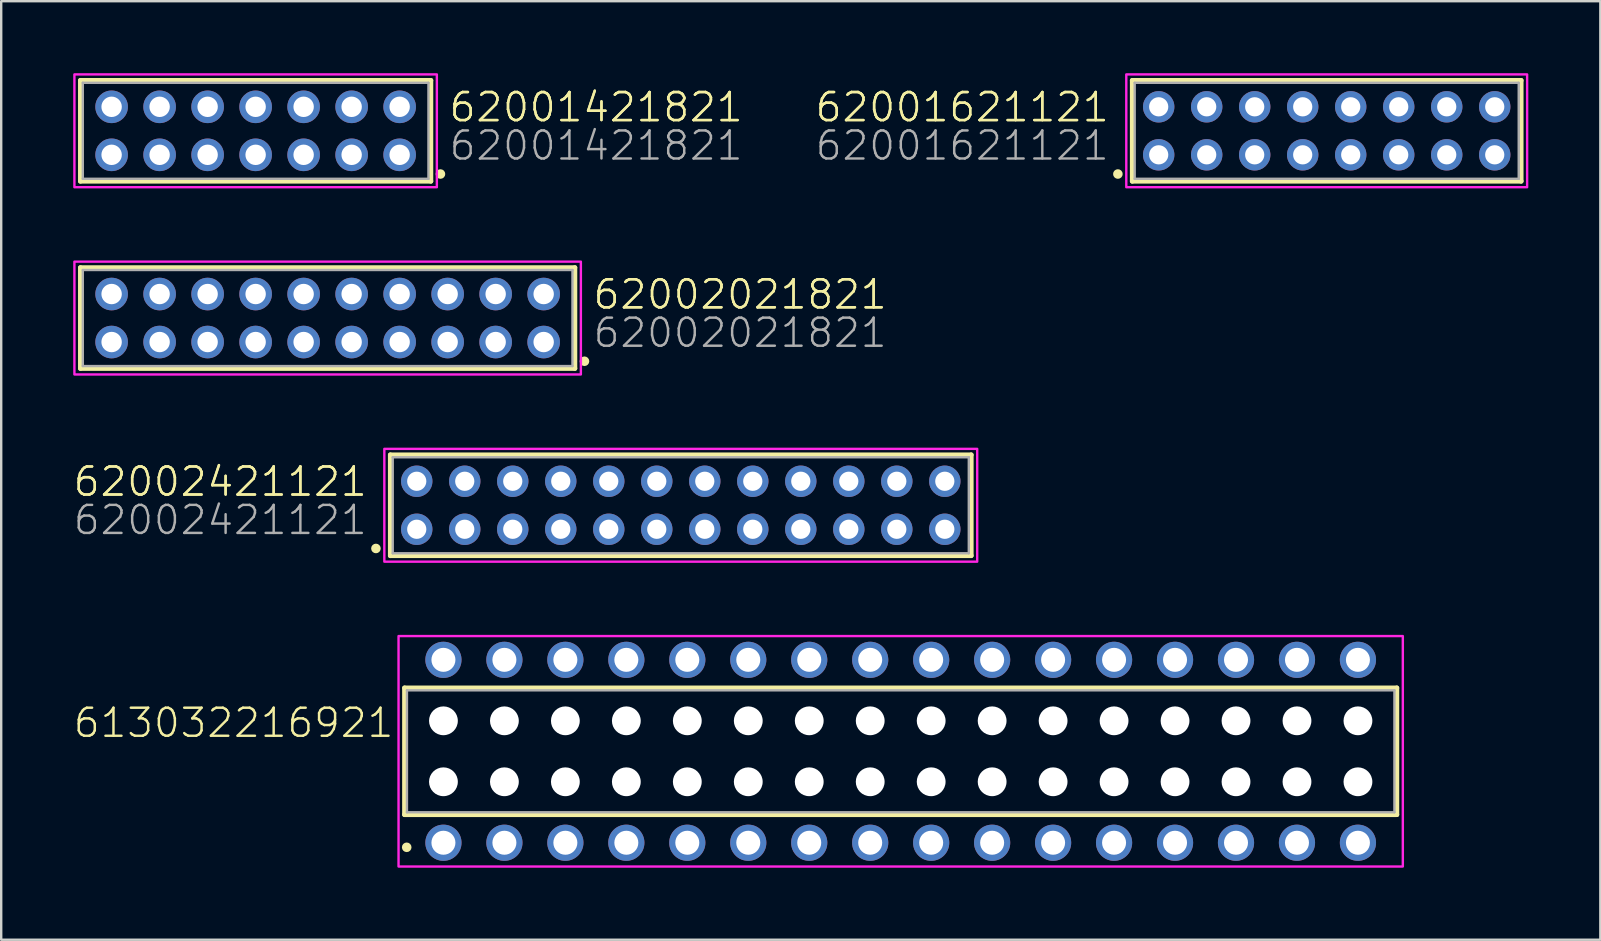
<source format=kicad_pcb>
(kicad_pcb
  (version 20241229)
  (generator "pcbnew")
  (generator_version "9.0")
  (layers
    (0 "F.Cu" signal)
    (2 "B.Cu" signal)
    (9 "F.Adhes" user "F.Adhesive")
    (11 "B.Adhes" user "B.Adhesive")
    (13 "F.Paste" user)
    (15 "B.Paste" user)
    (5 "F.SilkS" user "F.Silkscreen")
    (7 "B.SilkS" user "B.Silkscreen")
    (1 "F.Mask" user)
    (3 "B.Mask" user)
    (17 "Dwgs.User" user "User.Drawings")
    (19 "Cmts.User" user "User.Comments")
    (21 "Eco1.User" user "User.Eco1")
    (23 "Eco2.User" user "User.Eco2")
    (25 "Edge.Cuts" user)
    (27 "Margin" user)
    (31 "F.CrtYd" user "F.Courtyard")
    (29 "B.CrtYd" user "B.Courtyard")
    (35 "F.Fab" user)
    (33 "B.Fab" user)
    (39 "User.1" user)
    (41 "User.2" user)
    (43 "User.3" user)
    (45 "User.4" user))
  (footprint "62002421121"
    (layer "F.Cu")
    (at 25.312 18)
    (property "Reference" "62002421121" (at -13 -0.3 0) (unlocked yes) (layer "F.SilkS") (effects (font (size 1.168 1.168) (thickness 0.102)) (justify right bottom)))
    (property "Value" "62002421121" (at -13 1.3 0) (unlocked yes) (layer "F.Fab") (hide yes) (effects (font (size 1.168 1.168) (thickness 0.102)) (justify right bottom)))
    (fp_line (start -12.1 -2.1) (end 12.1 -2.1) (stroke (width 0.2) (type solid)) (layer "F.SilkS"))
    (fp_line (start -12.1 2.1) (end -12.1 -2.1) (stroke (width 0.2) (type solid)) (layer "F.SilkS"))
    (fp_line (start 12.1 -2.1) (end 12.1 2.1) (stroke (width 0.2) (type solid)) (layer "F.SilkS"))
    (fp_line (start 12.1 2.1) (end -12.1 2.1) (stroke (width 0.2) (type solid)) (layer "F.SilkS"))
    (fp_circle (center -12.7 1.8) (end -12.6 1.8) (stroke (width 0.2) (type solid)) (fill no) (layer "F.SilkS"))
    (fp_poly (pts (xy 12.35 2.35) (xy -12.35 2.35) (xy -12.35 -2.35) (xy 12.35 -2.35)) (stroke (width 0.1) (type default)) (fill no) (layer "F.CrtYd"))
    (fp_line (start -12 -2) (end -12 2) (stroke (width 0.1) (type solid)) (layer "F.Fab"))
    (fp_line (start -12 2) (end 12 2) (stroke (width 0.1) (type solid)) (layer "F.Fab"))
    (fp_line (start 12 -2) (end -12 -2) (stroke (width 0.1) (type solid)) (layer "F.Fab"))
    (fp_line (start 12 2) (end 12 -2) (stroke (width 0.1) (type solid)) (layer "F.Fab"))
    (fp_text user "${REFERENCE}" (at -13 -0.3 0) (unlocked yes) (layer "F.SilkS") (effects (font (size 1.168 1.168) (thickness 0.102)) (justify right bottom)))
    (fp_text user "${VALUE}" (at -13 1.3 0) (unlocked yes) (layer "F.Fab") (effects (font (size 1.168 1.168) (thickness 0.102)) (justify right bottom)))
    (pad "1" thru_hole circle (at -11 1) (size 1.308 1.308) (drill 0.8) (layers "*.Cu" "*.Mask"))
    (pad "2" thru_hole circle (at -11 -1) (size 1.308 1.308) (drill 0.8) (layers "*.Cu" "*.Mask"))
    (pad "3" thru_hole circle (at -9 1) (size 1.308 1.308) (drill 0.8) (layers "*.Cu" "*.Mask"))
    (pad "4" thru_hole circle (at -9 -1) (size 1.308 1.308) (drill 0.8) (layers "*.Cu" "*.Mask"))
    (pad "5" thru_hole circle (at -7 1) (size 1.308 1.308) (drill 0.8) (layers "*.Cu" "*.Mask"))
    (pad "6" thru_hole circle (at -7 -1) (size 1.308 1.308) (drill 0.8) (layers "*.Cu" "*.Mask"))
    (pad "7" thru_hole circle (at -5 1) (size 1.308 1.308) (drill 0.8) (layers "*.Cu" "*.Mask"))
    (pad "8" thru_hole circle (at -5 -1) (size 1.308 1.308) (drill 0.8) (layers "*.Cu" "*.Mask"))
    (pad "9" thru_hole circle (at -3 1) (size 1.308 1.308) (drill 0.8) (layers "*.Cu" "*.Mask"))
    (pad "10" thru_hole circle (at -3 -1) (size 1.308 1.308) (drill 0.8) (layers "*.Cu" "*.Mask"))
    (pad "11" thru_hole circle (at -1 1) (size 1.308 1.308) (drill 0.8) (layers "*.Cu" "*.Mask"))
    (pad "12" thru_hole circle (at -1 -1) (size 1.308 1.308) (drill 0.8) (layers "*.Cu" "*.Mask"))
    (pad "13" thru_hole circle (at 1 1) (size 1.308 1.308) (drill 0.8) (layers "*.Cu" "*.Mask"))
    (pad "14" thru_hole circle (at 1 -1) (size 1.308 1.308) (drill 0.8) (layers "*.Cu" "*.Mask"))
    (pad "15" thru_hole circle (at 3 1) (size 1.308 1.308) (drill 0.8) (layers "*.Cu" "*.Mask"))
    (pad "16" thru_hole circle (at 3 -1) (size 1.308 1.308) (drill 0.8) (layers "*.Cu" "*.Mask"))
    (pad "17" thru_hole circle (at 5 1) (size 1.308 1.308) (drill 0.8) (layers "*.Cu" "*.Mask"))
    (pad "18" thru_hole circle (at 5 -1) (size 1.308 1.308) (drill 0.8) (layers "*.Cu" "*.Mask"))
    (pad "19" thru_hole circle (at 7 1) (size 1.308 1.308) (drill 0.8) (layers "*.Cu" "*.Mask"))
    (pad "20" thru_hole circle (at 7 -1) (size 1.308 1.308) (drill 0.8) (layers "*.Cu" "*.Mask"))
    (pad "21" thru_hole circle (at 9 1) (size 1.308 1.308) (drill 0.8) (layers "*.Cu" "*.Mask"))
    (pad "22" thru_hole circle (at 9 -1) (size 1.308 1.308) (drill 0.8) (layers "*.Cu" "*.Mask"))
    (pad "23" thru_hole circle (at 11 1) (size 1.308 1.308) (drill 0.8) (layers "*.Cu" "*.Mask"))
    (pad "24" thru_hole circle (at 11 -1) (size 1.308 1.308) (drill 0.8) (layers "*.Cu" "*.Mask")))
  (footprint "613032216921"
    (layer "F.Cu")
    (at 34.474 28.25)
    (property "Reference" "613032216921" (at -21.05 -0.5 0) (unlocked yes) (layer "F.SilkS") (effects (font (size 1.168 1.168) (thickness 0.102)) (justify right bottom)))
    (fp_line (start -20.67 -2.64) (end 20.67 -2.64) (stroke (width 0.2) (type solid)) (layer "F.SilkS"))
    (fp_line (start -20.67 2.64) (end -20.67 -2.64) (stroke (width 0.2) (type solid)) (layer "F.SilkS"))
    (fp_line (start 20.67 -2.64) (end 20.67 2.64) (stroke (width 0.2) (type solid)) (layer "F.SilkS"))
    (fp_line (start 20.67 2.64) (end -20.67 2.64) (stroke (width 0.2) (type solid)) (layer "F.SilkS"))
    (fp_circle (center -20.58 4) (end -20.48 4) (stroke (width 0.2) (type solid)) (fill no) (layer "F.SilkS"))
    (fp_poly (pts (xy 20.92 4.8) (xy -20.92 4.8) (xy -20.92 -4.8) (xy 20.92 -4.8)) (stroke (width 0.1) (type default)) (fill no) (layer "F.CrtYd"))
    (fp_line (start -20.57 -2.54) (end -20.57 2.54) (stroke (width 0.1) (type solid)) (layer "F.Fab"))
    (fp_line (start -20.57 2.54) (end 20.57 2.54) (stroke (width 0.1) (type solid)) (layer "F.Fab"))
    (fp_line (start 20.57 -2.54) (end -20.57 -2.54) (stroke (width 0.1) (type solid)) (layer "F.Fab"))
    (fp_line (start 20.57 2.54) (end 20.57 -2.54) (stroke (width 0.1) (type solid)) (layer "F.Fab"))
    (pad "" np_thru_hole circle (at -19.05 -1.27) (size 1.2 1.2) (drill 1.2) (layers "*.Cu" "*.Mask"))
    (pad "" np_thru_hole circle (at -19.05 1.27) (size 1.2 1.2) (drill 1.2) (layers "*.Cu" "*.Mask"))
    (pad "" np_thru_hole circle (at -16.51 -1.27) (size 1.2 1.2) (drill 1.2) (layers "*.Cu" "*.Mask"))
    (pad "" np_thru_hole circle (at -16.51 1.27) (size 1.2 1.2) (drill 1.2) (layers "*.Cu" "*.Mask"))
    (pad "" np_thru_hole circle (at -13.97 -1.27) (size 1.2 1.2) (drill 1.2) (layers "*.Cu" "*.Mask"))
    (pad "" np_thru_hole circle (at -13.97 1.27) (size 1.2 1.2) (drill 1.2) (layers "*.Cu" "*.Mask"))
    (pad "" np_thru_hole circle (at -11.43 -1.27) (size 1.2 1.2) (drill 1.2) (layers "*.Cu" "*.Mask"))
    (pad "" np_thru_hole circle (at -11.43 1.27) (size 1.2 1.2) (drill 1.2) (layers "*.Cu" "*.Mask"))
    (pad "" np_thru_hole circle (at -8.89 -1.27) (size 1.2 1.2) (drill 1.2) (layers "*.Cu" "*.Mask"))
    (pad "" np_thru_hole circle (at -8.89 1.27) (size 1.2 1.2) (drill 1.2) (layers "*.Cu" "*.Mask"))
    (pad "" np_thru_hole circle (at -6.35 -1.27) (size 1.2 1.2) (drill 1.2) (layers "*.Cu" "*.Mask"))
    (pad "" np_thru_hole circle (at -6.35 1.27) (size 1.2 1.2) (drill 1.2) (layers "*.Cu" "*.Mask"))
    (pad "" np_thru_hole circle (at -3.81 -1.27) (size 1.2 1.2) (drill 1.2) (layers "*.Cu" "*.Mask"))
    (pad "" np_thru_hole circle (at -3.81 1.27) (size 1.2 1.2) (drill 1.2) (layers "*.Cu" "*.Mask"))
    (pad "" np_thru_hole circle (at -1.27 -1.27) (size 1.2 1.2) (drill 1.2) (layers "*.Cu" "*.Mask"))
    (pad "" np_thru_hole circle (at -1.27 1.27) (size 1.2 1.2) (drill 1.2) (layers "*.Cu" "*.Mask"))
    (pad "" np_thru_hole circle (at 1.27 -1.27) (size 1.2 1.2) (drill 1.2) (layers "*.Cu" "*.Mask"))
    (pad "" np_thru_hole circle (at 1.27 1.27) (size 1.2 1.2) (drill 1.2) (layers "*.Cu" "*.Mask"))
    (pad "" np_thru_hole circle (at 3.81 -1.27) (size 1.2 1.2) (drill 1.2) (layers "*.Cu" "*.Mask"))
    (pad "" np_thru_hole circle (at 3.81 1.27) (size 1.2 1.2) (drill 1.2) (layers "*.Cu" "*.Mask"))
    (pad "" np_thru_hole circle (at 6.35 -1.27) (size 1.2 1.2) (drill 1.2) (layers "*.Cu" "*.Mask"))
    (pad "" np_thru_hole circle (at 6.35 1.27) (size 1.2 1.2) (drill 1.2) (layers "*.Cu" "*.Mask"))
    (pad "" np_thru_hole circle (at 8.89 -1.27) (size 1.2 1.2) (drill 1.2) (layers "*.Cu" "*.Mask"))
    (pad "" np_thru_hole circle (at 8.89 1.27) (size 1.2 1.2) (drill 1.2) (layers "*.Cu" "*.Mask"))
    (pad "" np_thru_hole circle (at 11.43 -1.27) (size 1.2 1.2) (drill 1.2) (layers "*.Cu" "*.Mask"))
    (pad "" np_thru_hole circle (at 11.43 1.27) (size 1.2 1.2) (drill 1.2) (layers "*.Cu" "*.Mask"))
    (pad "" np_thru_hole circle (at 13.97 -1.27) (size 1.2 1.2) (drill 1.2) (layers "*.Cu" "*.Mask"))
    (pad "" np_thru_hole circle (at 13.97 1.27) (size 1.2 1.2) (drill 1.2) (layers "*.Cu" "*.Mask"))
    (pad "" np_thru_hole circle (at 16.51 -1.27) (size 1.2 1.2) (drill 1.2) (layers "*.Cu" "*.Mask"))
    (pad "" np_thru_hole circle (at 16.51 1.27) (size 1.2 1.2) (drill 1.2) (layers "*.Cu" "*.Mask"))
    (pad "" np_thru_hole circle (at 19.05 -1.27) (size 1.2 1.2) (drill 1.2) (layers "*.Cu" "*.Mask"))
    (pad "" np_thru_hole circle (at 19.05 1.27) (size 1.2 1.2) (drill 1.2) (layers "*.Cu" "*.Mask"))
    (pad "1" thru_hole circle (at -19.05 3.81) (size 1.508 1.508) (drill 1) (layers "*.Cu" "*.Mask"))
    (pad "2" thru_hole circle (at -19.05 -3.81) (size 1.508 1.508) (drill 1) (layers "*.Cu" "*.Mask"))
    (pad "3" thru_hole circle (at -16.51 3.81) (size 1.508 1.508) (drill 1) (layers "*.Cu" "*.Mask"))
    (pad "4" thru_hole circle (at -16.51 -3.81) (size 1.508 1.508) (drill 1) (layers "*.Cu" "*.Mask"))
    (pad "5" thru_hole circle (at -13.97 3.81) (size 1.508 1.508) (drill 1) (layers "*.Cu" "*.Mask"))
    (pad "6" thru_hole circle (at -13.97 -3.81) (size 1.508 1.508) (drill 1) (layers "*.Cu" "*.Mask"))
    (pad "7" thru_hole circle (at -11.43 3.81) (size 1.508 1.508) (drill 1) (layers "*.Cu" "*.Mask"))
    (pad "8" thru_hole circle (at -11.43 -3.81) (size 1.508 1.508) (drill 1) (layers "*.Cu" "*.Mask"))
    (pad "9" thru_hole circle (at -8.89 3.81) (size 1.508 1.508) (drill 1) (layers "*.Cu" "*.Mask"))
    (pad "10" thru_hole circle (at -8.89 -3.81) (size 1.508 1.508) (drill 1) (layers "*.Cu" "*.Mask"))
    (pad "11" thru_hole circle (at -6.35 3.81) (size 1.508 1.508) (drill 1) (layers "*.Cu" "*.Mask"))
    (pad "12" thru_hole circle (at -6.35 -3.81) (size 1.508 1.508) (drill 1) (layers "*.Cu" "*.Mask"))
    (pad "13" thru_hole circle (at -3.81 3.81) (size 1.508 1.508) (drill 1) (layers "*.Cu" "*.Mask"))
    (pad "14" thru_hole circle (at -3.81 -3.81) (size 1.508 1.508) (drill 1) (layers "*.Cu" "*.Mask"))
    (pad "15" thru_hole circle (at -1.27 3.81) (size 1.508 1.508) (drill 1) (layers "*.Cu" "*.Mask"))
    (pad "16" thru_hole circle (at -1.27 -3.81) (size 1.508 1.508) (drill 1) (layers "*.Cu" "*.Mask"))
    (pad "17" thru_hole circle (at 1.27 3.81) (size 1.508 1.508) (drill 1) (layers "*.Cu" "*.Mask"))
    (pad "18" thru_hole circle (at 1.27 -3.81) (size 1.508 1.508) (drill 1) (layers "*.Cu" "*.Mask"))
    (pad "19" thru_hole circle (at 3.81 3.81) (size 1.508 1.508) (drill 1) (layers "*.Cu" "*.Mask"))
    (pad "20" thru_hole circle (at 3.81 -3.81) (size 1.508 1.508) (drill 1) (layers "*.Cu" "*.Mask"))
    (pad "21" thru_hole circle (at 6.35 3.81) (size 1.508 1.508) (drill 1) (layers "*.Cu" "*.Mask"))
    (pad "22" thru_hole circle (at 6.35 -3.81) (size 1.508 1.508) (drill 1) (layers "*.Cu" "*.Mask"))
    (pad "23" thru_hole circle (at 8.89 3.81) (size 1.508 1.508) (drill 1) (layers "*.Cu" "*.Mask"))
    (pad "24" thru_hole circle (at 8.89 -3.81) (size 1.508 1.508) (drill 1) (layers "*.Cu" "*.Mask"))
    (pad "25" thru_hole circle (at 11.43 3.81) (size 1.508 1.508) (drill 1) (layers "*.Cu" "*.Mask"))
    (pad "26" thru_hole circle (at 11.43 -3.81) (size 1.508 1.508) (drill 1) (layers "*.Cu" "*.Mask"))
    (pad "27" thru_hole circle (at 13.97 3.81) (size 1.508 1.508) (drill 1) (layers "*.Cu" "*.Mask"))
    (pad "28" thru_hole circle (at 13.97 -3.81) (size 1.508 1.508) (drill 1) (layers "*.Cu" "*.Mask"))
    (pad "29" thru_hole circle (at 16.51 3.81) (size 1.508 1.508) (drill 1) (layers "*.Cu" "*.Mask"))
    (pad "30" thru_hole circle (at 16.51 -3.81) (size 1.508 1.508) (drill 1) (layers "*.Cu" "*.Mask"))
    (pad "31" thru_hole circle (at 19.05 3.81) (size 1.508 1.508) (drill 1) (layers "*.Cu" "*.Mask"))
    (pad "32" thru_hole circle (at 19.05 -3.81) (size 1.508 1.508) (drill 1) (layers "*.Cu" "*.Mask")))
  (footprint "62001421821"
    (layer "F.Cu")
    (at 7.6 2.4)
    (property "Reference" "62001421821" (at 8 -0.3 0) (unlocked yes) (layer "F.SilkS") (effects (font (size 1.168 1.168) (thickness 0.102)) (justify left bottom)))
    (property "Value" "62001421821" (at 8 1.3 0) (unlocked yes) (layer "F.Fab") (hide yes) (effects (font (size 1.168 1.168) (thickness 0.102)) (justify left bottom)))
    (fp_line (start -7.3 -2.1) (end 7.3 -2.1) (stroke (width 0.2) (type solid)) (layer "F.SilkS"))
    (fp_line (start -7.3 2.1) (end -7.3 -2.1) (stroke (width 0.2) (type solid)) (layer "F.SilkS"))
    (fp_line (start 7.3 -2.1) (end 7.3 2.1) (stroke (width 0.2) (type solid)) (layer "F.SilkS"))
    (fp_line (start 7.3 2.1) (end -7.3 2.1) (stroke (width 0.2) (type solid)) (layer "F.SilkS"))
    (fp_circle (center 7.7 1.8) (end 7.8 1.8) (stroke (width 0.2) (type solid)) (fill no) (layer "F.SilkS"))
    (fp_poly (pts (xy 7.55 2.35) (xy -7.55 2.35) (xy -7.55 -2.35) (xy 7.55 -2.35)) (stroke (width 0.1) (type default)) (fill no) (layer "F.CrtYd"))
    (fp_line (start -7.2 -2) (end -7.2 2) (stroke (width 0.1) (type solid)) (layer "F.Fab"))
    (fp_line (start -7.2 2) (end 7.2 2) (stroke (width 0.1) (type solid)) (layer "F.Fab"))
    (fp_line (start 7.2 -2) (end -7.2 -2) (stroke (width 0.1) (type solid)) (layer "F.Fab"))
    (fp_line (start 7.2 2) (end 7.2 -2) (stroke (width 0.1) (type solid)) (layer "F.Fab"))
    (fp_text user "${REFERENCE}" (at 8 -0.3 0) (unlocked yes) (layer "F.SilkS") (effects (font (size 1.168 1.168) (thickness 0.102)) (justify left bottom)))
    (fp_text user "${VALUE}" (at 8 1.3 0) (unlocked yes) (layer "F.Fab") (effects (font (size 1.168 1.168) (thickness 0.102)) (justify left bottom)))
    (pad "1" thru_hole circle (at 6 1 180) (size 1.358 1.358) (drill 0.85) (layers "*.Cu" "*.Mask"))
    (pad "2" thru_hole circle (at 6 -1 180) (size 1.358 1.358) (drill 0.85) (layers "*.Cu" "*.Mask"))
    (pad "3" thru_hole circle (at 4 1 180) (size 1.358 1.358) (drill 0.85) (layers "*.Cu" "*.Mask"))
    (pad "4" thru_hole circle (at 4 -1 180) (size 1.358 1.358) (drill 0.85) (layers "*.Cu" "*.Mask"))
    (pad "5" thru_hole circle (at 2 1 180) (size 1.358 1.358) (drill 0.85) (layers "*.Cu" "*.Mask"))
    (pad "6" thru_hole circle (at 2 -1 180) (size 1.358 1.358) (drill 0.85) (layers "*.Cu" "*.Mask"))
    (pad "7" thru_hole circle (at 0 1 180) (size 1.358 1.358) (drill 0.85) (layers "*.Cu" "*.Mask"))
    (pad "8" thru_hole circle (at 0 -1 180) (size 1.358 1.358) (drill 0.85) (layers "*.Cu" "*.Mask"))
    (pad "9" thru_hole circle (at -2 1 180) (size 1.358 1.358) (drill 0.85) (layers "*.Cu" "*.Mask"))
    (pad "10" thru_hole circle (at -2 -1 180) (size 1.358 1.358) (drill 0.85) (layers "*.Cu" "*.Mask"))
    (pad "11" thru_hole circle (at -4 1 180) (size 1.358 1.358) (drill 0.85) (layers "*.Cu" "*.Mask"))
    (pad "12" thru_hole circle (at -4 -1 180) (size 1.358 1.358) (drill 0.85) (layers "*.Cu" "*.Mask"))
    (pad "13" thru_hole circle (at -6 1 180) (size 1.358 1.358) (drill 0.85) (layers "*.Cu" "*.Mask"))
    (pad "14" thru_hole circle (at -6 -1 180) (size 1.358 1.358) (drill 0.85) (layers "*.Cu" "*.Mask")))
  (footprint "62002021821"
    (layer "F.Cu")
    (at 10.6 10.2)
    (property "Reference" "62002021821" (at 11 -0.3 0) (unlocked yes) (layer "F.SilkS") (effects (font (size 1.168 1.168) (thickness 0.102)) (justify left bottom)))
    (property "Value" "62002021821" (at 11 1.3 0) (unlocked yes) (layer "F.Fab") (hide yes) (effects (font (size 1.168 1.168) (thickness 0.102)) (justify left bottom)))
    (fp_line (start -10.3 -2.1) (end 10.3 -2.1) (stroke (width 0.2) (type solid)) (layer "F.SilkS"))
    (fp_line (start -10.3 2.1) (end -10.3 -2.1) (stroke (width 0.2) (type solid)) (layer "F.SilkS"))
    (fp_line (start 10.3 -2.1) (end 10.3 2.1) (stroke (width 0.2) (type solid)) (layer "F.SilkS"))
    (fp_line (start 10.3 2.1) (end -10.3 2.1) (stroke (width 0.2) (type solid)) (layer "F.SilkS"))
    (fp_circle (center 10.7 1.8) (end 10.8 1.8) (stroke (width 0.2) (type solid)) (fill no) (layer "F.SilkS"))
    (fp_poly (pts (xy 10.55 2.35) (xy -10.55 2.35) (xy -10.55 -2.35) (xy 10.55 -2.35)) (stroke (width 0.1) (type default)) (fill no) (layer "F.CrtYd"))
    (fp_line (start -10.2 -2) (end -10.2 2) (stroke (width 0.1) (type solid)) (layer "F.Fab"))
    (fp_line (start -10.2 2) (end 10.2 2) (stroke (width 0.1) (type solid)) (layer "F.Fab"))
    (fp_line (start 10.2 -2) (end -10.2 -2) (stroke (width 0.1) (type solid)) (layer "F.Fab"))
    (fp_line (start 10.2 2) (end 10.2 -2) (stroke (width 0.1) (type solid)) (layer "F.Fab"))
    (fp_text user "${REFERENCE}" (at 11 -0.3 0) (unlocked yes) (layer "F.SilkS") (effects (font (size 1.168 1.168) (thickness 0.102)) (justify left bottom)))
    (fp_text user "${VALUE}" (at 11 1.3 0) (unlocked yes) (layer "F.Fab") (effects (font (size 1.168 1.168) (thickness 0.102)) (justify left bottom)))
    (pad "1" thru_hole circle (at 9 1 180) (size 1.358 1.358) (drill 0.85) (layers "*.Cu" "*.Mask"))
    (pad "2" thru_hole circle (at 9 -1 180) (size 1.358 1.358) (drill 0.85) (layers "*.Cu" "*.Mask"))
    (pad "3" thru_hole circle (at 7 1 180) (size 1.358 1.358) (drill 0.85) (layers "*.Cu" "*.Mask"))
    (pad "4" thru_hole circle (at 7 -1 180) (size 1.358 1.358) (drill 0.85) (layers "*.Cu" "*.Mask"))
    (pad "5" thru_hole circle (at 5 1 180) (size 1.358 1.358) (drill 0.85) (layers "*.Cu" "*.Mask"))
    (pad "6" thru_hole circle (at 5 -1 180) (size 1.358 1.358) (drill 0.85) (layers "*.Cu" "*.Mask"))
    (pad "7" thru_hole circle (at 3 1 180) (size 1.358 1.358) (drill 0.85) (layers "*.Cu" "*.Mask"))
    (pad "8" thru_hole circle (at 3 -1 180) (size 1.358 1.358) (drill 0.85) (layers "*.Cu" "*.Mask"))
    (pad "9" thru_hole circle (at 1 1 180) (size 1.358 1.358) (drill 0.85) (layers "*.Cu" "*.Mask"))
    (pad "10" thru_hole circle (at 1 -1 180) (size 1.358 1.358) (drill 0.85) (layers "*.Cu" "*.Mask"))
    (pad "11" thru_hole circle (at -1 1 180) (size 1.358 1.358) (drill 0.85) (layers "*.Cu" "*.Mask"))
    (pad "12" thru_hole circle (at -1 -1 180) (size 1.358 1.358) (drill 0.85) (layers "*.Cu" "*.Mask"))
    (pad "13" thru_hole circle (at -3 1 180) (size 1.358 1.358) (drill 0.85) (layers "*.Cu" "*.Mask"))
    (pad "14" thru_hole circle (at -3 -1 180) (size 1.358 1.358) (drill 0.85) (layers "*.Cu" "*.Mask"))
    (pad "15" thru_hole circle (at -5 1 180) (size 1.358 1.358) (drill 0.85) (layers "*.Cu" "*.Mask"))
    (pad "16" thru_hole circle (at -5 -1 180) (size 1.358 1.358) (drill 0.85) (layers "*.Cu" "*.Mask"))
    (pad "17" thru_hole circle (at -7 1 180) (size 1.358 1.358) (drill 0.85) (layers "*.Cu" "*.Mask"))
    (pad "18" thru_hole circle (at -7 -1 180) (size 1.358 1.358) (drill 0.85) (layers "*.Cu" "*.Mask"))
    (pad "19" thru_hole circle (at -9 1 180) (size 1.358 1.358) (drill 0.85) (layers "*.Cu" "*.Mask"))
    (pad "20" thru_hole circle (at -9 -1 180) (size 1.358 1.358) (drill 0.85) (layers "*.Cu" "*.Mask")))
  (footprint "62001621121"
    (layer "F.Cu")
    (at 52.223 2.4)
    (property "Reference" "62001621121" (at -9 -0.3 0) (unlocked yes) (layer "F.SilkS") (effects (font (size 1.168 1.168) (thickness 0.102)) (justify right bottom)))
    (property "Value" "62001621121" (at -9 1.3 0) (unlocked yes) (layer "F.Fab") (hide yes) (effects (font (size 1.168 1.168) (thickness 0.102)) (justify right bottom)))
    (fp_line (start -8.1 -2.1) (end 8.1 -2.1) (stroke (width 0.2) (type solid)) (layer "F.SilkS"))
    (fp_line (start -8.1 2.1) (end -8.1 -2.1) (stroke (width 0.2) (type solid)) (layer "F.SilkS"))
    (fp_line (start 8.1 -2.1) (end 8.1 2.1) (stroke (width 0.2) (type solid)) (layer "F.SilkS"))
    (fp_line (start 8.1 2.1) (end -8.1 2.1) (stroke (width 0.2) (type solid)) (layer "F.SilkS"))
    (fp_circle (center -8.7 1.8) (end -8.6 1.8) (stroke (width 0.2) (type solid)) (fill no) (layer "F.SilkS"))
    (fp_poly (pts (xy 8.35 2.35) (xy -8.35 2.35) (xy -8.35 -2.35) (xy 8.35 -2.35)) (stroke (width 0.1) (type default)) (fill no) (layer "F.CrtYd"))
    (fp_line (start -8 -2) (end -8 2) (stroke (width 0.1) (type solid)) (layer "F.Fab"))
    (fp_line (start -8 2) (end 8 2) (stroke (width 0.1) (type solid)) (layer "F.Fab"))
    (fp_line (start 8 -2) (end -8 -2) (stroke (width 0.1) (type solid)) (layer "F.Fab"))
    (fp_line (start 8 2) (end 8 -2) (stroke (width 0.1) (type solid)) (layer "F.Fab"))
    (fp_text user "${REFERENCE}" (at -9 -0.3 0) (unlocked yes) (layer "F.SilkS") (effects (font (size 1.168 1.168) (thickness 0.102)) (justify right bottom)))
    (fp_text user "${VALUE}" (at -9 1.3 0) (unlocked yes) (layer "F.Fab") (effects (font (size 1.168 1.168) (thickness 0.102)) (justify right bottom)))
    (pad "1" thru_hole circle (at -7 1) (size 1.308 1.308) (drill 0.8) (layers "*.Cu" "*.Mask"))
    (pad "2" thru_hole circle (at -7 -1) (size 1.308 1.308) (drill 0.8) (layers "*.Cu" "*.Mask"))
    (pad "3" thru_hole circle (at -5 1) (size 1.308 1.308) (drill 0.8) (layers "*.Cu" "*.Mask"))
    (pad "4" thru_hole circle (at -5 -1) (size 1.308 1.308) (drill 0.8) (layers "*.Cu" "*.Mask"))
    (pad "5" thru_hole circle (at -3 1) (size 1.308 1.308) (drill 0.8) (layers "*.Cu" "*.Mask"))
    (pad "6" thru_hole circle (at -3 -1) (size 1.308 1.308) (drill 0.8) (layers "*.Cu" "*.Mask"))
    (pad "7" thru_hole circle (at -1 1) (size 1.308 1.308) (drill 0.8) (layers "*.Cu" "*.Mask"))
    (pad "8" thru_hole circle (at -1 -1) (size 1.308 1.308) (drill 0.8) (layers "*.Cu" "*.Mask"))
    (pad "9" thru_hole circle (at 1 1) (size 1.308 1.308) (drill 0.8) (layers "*.Cu" "*.Mask"))
    (pad "10" thru_hole circle (at 1 -1) (size 1.308 1.308) (drill 0.8) (layers "*.Cu" "*.Mask"))
    (pad "11" thru_hole circle (at 3 1) (size 1.308 1.308) (drill 0.8) (layers "*.Cu" "*.Mask"))
    (pad "12" thru_hole circle (at 3 -1) (size 1.308 1.308) (drill 0.8) (layers "*.Cu" "*.Mask"))
    (pad "13" thru_hole circle (at 5 1) (size 1.308 1.308) (drill 0.8) (layers "*.Cu" "*.Mask"))
    (pad "14" thru_hole circle (at 5 -1) (size 1.308 1.308) (drill 0.8) (layers "*.Cu" "*.Mask"))
    (pad "15" thru_hole circle (at 7 1) (size 1.308 1.308) (drill 0.8) (layers "*.Cu" "*.Mask"))
    (pad "16" thru_hole circle (at 7 -1) (size 1.308 1.308) (drill 0.8) (layers "*.Cu" "*.Mask")))
  (gr_rect
    (start -3 -3)
    (end 63.623 36.1)
    (stroke (width 0.1) (type default))
    (fill no)
    (layer "Edge.Cuts")))
</source>
